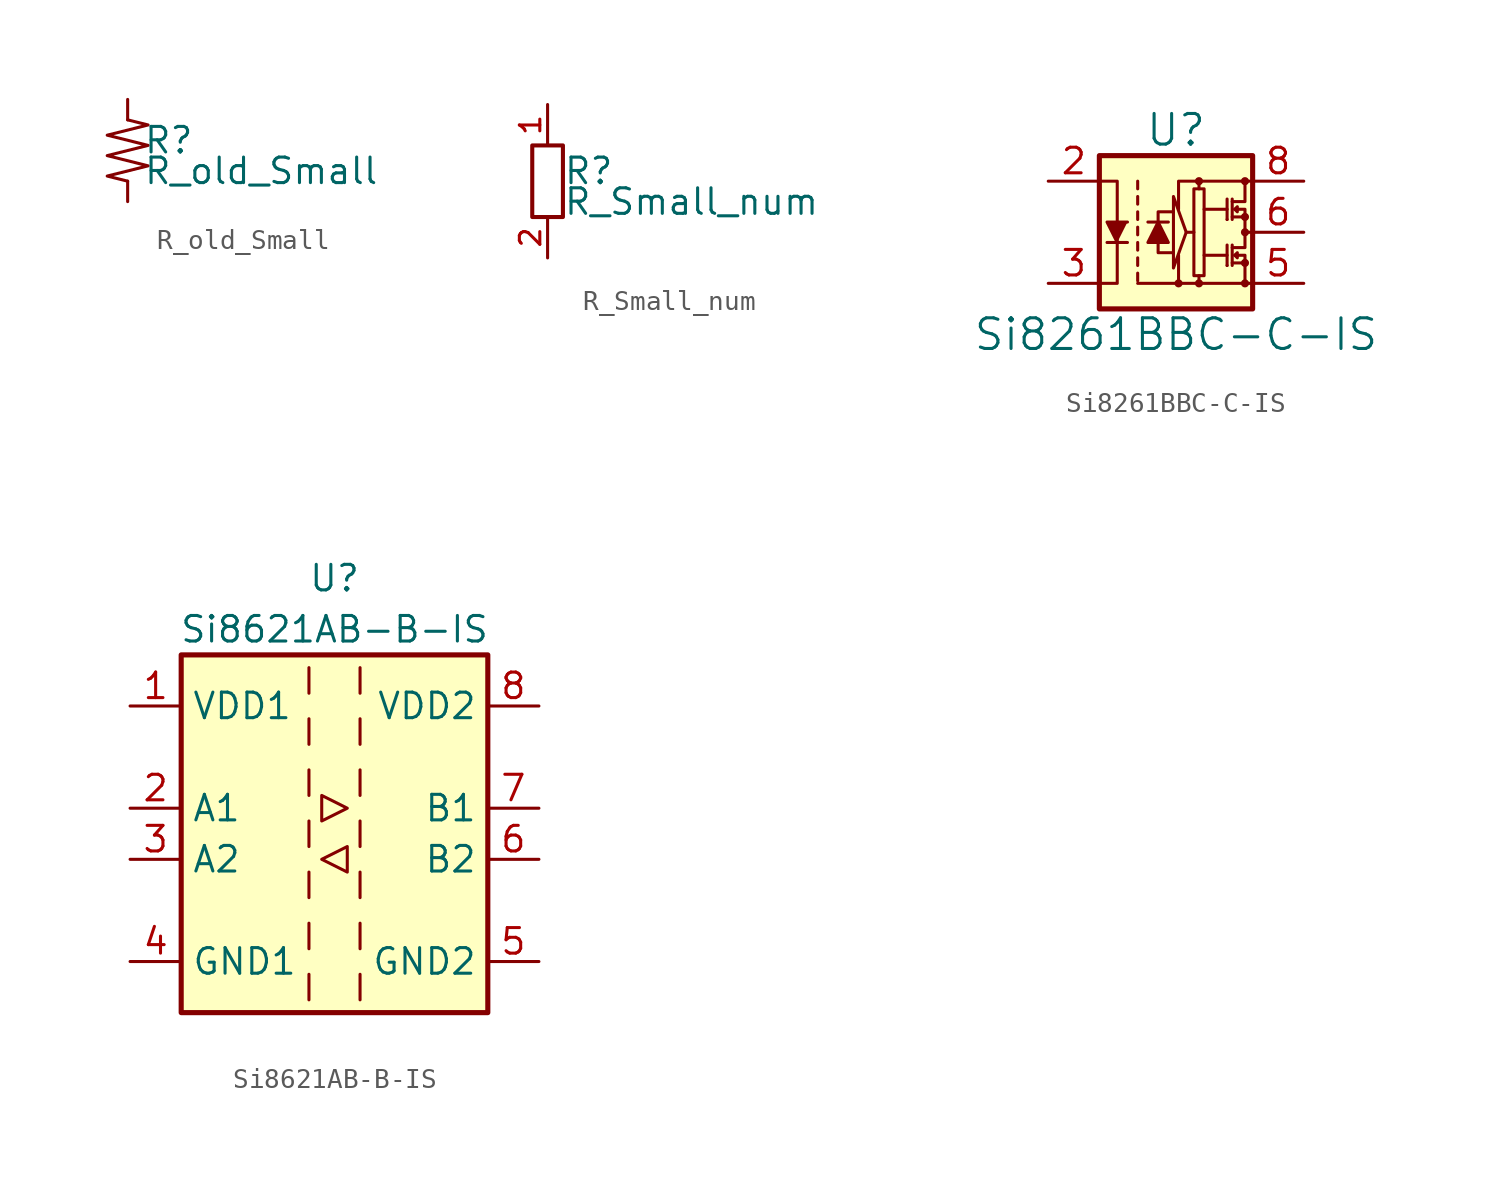
<source format=kicad_sym>
(kicad_symbol_lib
  (version 20220914)
  (generator kicad_symbol_editor)
  (symbol "R_old_Small"
    (pin_numbers hide)
    (pin_names
      (offset 0.254) hide)
    (property "Reference" "R"
      (at 0.762 0.508 0)
      (effects (font (size 1.27 1.27)) (justify left)))
    (property "Value" "R_old_Small"
      (at 0.762 -1.016 0)
      (effects (font (size 1.27 1.27)) (justify left)))
    (symbol "R_old_Small_0_1"
      (polyline (pts (xy 0 1.524) (xy 1.016 1.27) (xy -1.016 0.762) (xy 1.016 0.254) (xy -1.016 -0.254) (xy 1.016 -0.762) (xy -1.016 -1.27) (xy 0 -1.524)) (stroke (width 0) (type solid)) (fill (type none))))
    (symbol "R_old_Small_1_1"
      (pin passive line (at 0 2.54 270) (length 1.016) (name "~" (effects (font (size 1.27 1.27)))) (number "1" (effects (font (size 1.27 1.27)))))
      (pin passive line (at 0 -2.54 90) (length 1.016) (name "~" (effects (font (size 1.27 1.27)))) (number "2" (effects (font (size 1.27 1.27)))))))
  (symbol "R_Small_num"
    (pin_names
      (offset 0.254) hide)
    (property "Reference" "R"
      (at 0.762 0.508 0)
      (effects (font (size 1.27 1.27)) (justify left)))
    (property "Value" "R_Small_num"
      (at 0.762 -1.016 0)
      (effects (font (size 1.27 1.27)) (justify left)))
    (property "Footprint" ""
      (at 0 0 0)
      (effects (font (size 1.27 1.27))))
    (property "Datasheet" ""
      (at 0 0 0)
      (effects (font (size 1.27 1.27))))
    (symbol "R_Small_num_0_1"
      (rectangle (start -0.762 1.778) (end 0.762 -1.778) (stroke (width 0.203) (type solid)) (fill (type none))))
    (symbol "R_Small_num_1_1"
      (pin passive line (at 0 3.81 270) (length 2.032) (name "~" (effects (font (size 1.016 1.016)))) (number "1" (effects (font (size 1.016 1.016)))))
      (pin passive line (at 0 -3.81 90) (length 2.032) (name "~" (effects (font (size 1.016 1.016)))) (number "2" (effects (font (size 1.016 1.016)))))))
  (symbol "Si8261BBC-C-IS"
    (pin_names
      (offset 1.016))
    (property "Reference" "U"
      (at 0 5.08 0)
      (effects (font (size 1.524 1.524))))
    (property "Value" "Si8261BBC-C-IS"
      (at 0 -5.08 0)
      (effects (font (size 1.524 1.524))))
    (property "Footprint" ""
      (at 0 0 0)
      (effects (font (size 1.524 1.524))))
    (property "Datasheet" ""
      (at 0 0 0)
      (effects (font (size 1.524 1.524))))
    (symbol "Si8261BBC-C-IS_0_0"
      (polyline (pts (xy -1.397 0.508) (xy -0.381 0.508)) (stroke (width 0) (type solid)) (fill (type none)))
      (polyline (pts (xy 0.127 -1.143) (xy 0.127 -2.54)) (stroke (width 0) (type solid)) (fill (type none)))
      (polyline (pts (xy 0.508 0) (xy 0.889 0)) (stroke (width 0) (type solid)) (fill (type none)))
      (polyline (pts (xy 1.143 -2.159) (xy 1.143 -2.54)) (stroke (width 0) (type solid)) (fill (type none)))
      (polyline (pts (xy 1.143 2.159) (xy 1.143 2.54)) (stroke (width 0) (type solid)) (fill (type none)))
      (polyline (pts (xy 2.54 -1.651) (xy 2.54 -1.651)) (stroke (width 0) (type solid)) (fill (type none)))
      (polyline (pts (xy 2.54 -1.143) (xy 1.397 -1.143)) (stroke (width 0) (type solid)) (fill (type none)))
      (polyline (pts (xy 2.54 -0.635) (xy 2.54 -1.651)) (stroke (width 0) (type solid)) (fill (type none)))
      (polyline (pts (xy 2.54 0.635) (xy 2.54 0.635)) (stroke (width 0) (type solid)) (fill (type none)))
      (polyline (pts (xy 2.54 1.143) (xy 1.397 1.143)) (stroke (width 0) (type solid)) (fill (type none)))
      (polyline (pts (xy 2.54 1.651) (xy 2.54 0.635)) (stroke (width 0) (type solid)) (fill (type none)))
      (polyline (pts (xy 2.794 -1.524) (xy 3.429 -1.524)) (stroke (width 0) (type solid)) (fill (type none)))
      (polyline (pts (xy 2.794 -0.635) (xy 2.794 -1.651)) (stroke (width 0) (type solid)) (fill (type none)))
      (polyline (pts (xy 2.794 1.651) (xy 2.794 0.635)) (stroke (width 0) (type solid)) (fill (type none)))
      (polyline (pts (xy 3.81 -2.54) (xy -1.905 -2.54)) (stroke (width 0) (type solid)) (fill (type none)))
      (polyline (pts (xy 3.81 0) (xy 3.429 0)) (stroke (width 0) (type solid)) (fill (type none)))
      (polyline (pts (xy 0.127 1.143) (xy 0.127 2.54) (xy 3.81 2.54)) (stroke (width 0) (type solid)) (fill (type none)))
      (polyline (pts (xy 2.794 1.524) (xy 3.429 1.524) (xy 3.429 2.54)) (stroke (width 0) (type solid)) (fill (type none)))
      (polyline (pts (xy 2.921 -1.143) (xy 3.429 -1.143) (xy 3.429 -2.54)) (stroke (width 0) (type solid)) (fill (type none)))
      (polyline (pts (xy 2.921 1.143) (xy 3.429 1.143) (xy 3.429 0.762)) (stroke (width 0) (type solid)) (fill (type none)))
      (polyline (pts (xy -0.889 0.508) (xy -1.397 -0.508) (xy -0.381 -0.508) (xy -0.889 0.508)) (stroke (width 0) (type solid)) (fill (type outline)))
      (polyline (pts (xy -0.127 1.016) (xy -0.889 1.016) (xy -0.889 -1.016) (xy -0.127 -1.016)) (stroke (width 0) (type solid)) (fill (type none)))
      (polyline (pts (xy -0.127 1.778) (xy -0.127 -1.778) (xy 0.508 0) (xy -0.127 1.778)) (stroke (width 0) (type solid)) (fill (type none)))
      (polyline (pts (xy 2.794 0.762) (xy 3.429 0.762) (xy 3.429 -0.762) (xy 2.794 -0.762)) (stroke (width 0) (type solid)) (fill (type none)))
      (polyline (pts (xy 2.921 -1.143) (xy 3.048 -1.016) (xy 3.048 -1.27) (xy 2.921 -1.143)) (stroke (width 0) (type solid)) (fill (type none)))
      (polyline (pts (xy 3.048 1.27) (xy 2.921 1.143) (xy 3.048 1.016) (xy 3.048 1.27)) (stroke (width 0) (type solid)) (fill (type none)))
      (circle (center 0.127 -2.54) (radius 0.127) (stroke (width 0) (type solid)) (fill (type none)))
      (rectangle (start 0.889 2.159) (end 1.397 -2.159) (stroke (width 0) (type solid)) (fill (type none)))
      (circle (center 1.143 -2.54) (radius 0.127) (stroke (width 0) (type solid)) (fill (type none)))
      (circle (center 1.143 2.54) (radius 0.127) (stroke (width 0) (type solid)) (fill (type none)))
      (circle (center 3.429 -2.54) (radius 0.127) (stroke (width 0) (type solid)) (fill (type none)))
      (circle (center 3.429 -1.524) (radius 0.127) (stroke (width 0) (type solid)) (fill (type none)))
      (circle (center 3.429 0) (radius 0.127) (stroke (width 0) (type solid)) (fill (type none)))
      (circle (center 3.429 0.762) (radius 0.127) (stroke (width 0) (type solid)) (fill (type none)))
      (circle (center 3.429 2.54) (radius 0.127) (stroke (width 0) (type solid)) (fill (type none))))
    (symbol "Si8261BBC-C-IS_0_1"
      (rectangle (start -3.81 3.81) (end 3.81 -3.81) (stroke (width 0.254) (type solid)) (fill (type background)))
      (polyline (pts (xy -3.429 -0.508) (xy -2.413 -0.508)) (stroke (width 0) (type solid)) (fill (type none)))
      (polyline (pts (xy -1.905 -2.413) (xy -1.905 -2.032)) (stroke (width 0) (type solid)) (fill (type none)))
      (polyline (pts (xy -1.905 -1.651) (xy -1.905 -1.27)) (stroke (width 0) (type solid)) (fill (type none)))
      (polyline (pts (xy -1.905 -0.889) (xy -1.905 -0.508)) (stroke (width 0) (type solid)) (fill (type none)))
      (polyline (pts (xy -1.905 -0.127) (xy -1.905 0.254)) (stroke (width 0) (type solid)) (fill (type none)))
      (polyline (pts (xy -1.905 0.635) (xy -1.905 1.016)) (stroke (width 0) (type solid)) (fill (type none)))
      (polyline (pts (xy -1.905 1.397) (xy -1.905 1.778)) (stroke (width 0) (type solid)) (fill (type none)))
      (polyline (pts (xy -1.905 2.159) (xy -1.905 2.54)) (stroke (width 0) (type solid)) (fill (type none)))
      (polyline (pts (xy -2.921 -0.508) (xy -3.429 0.508) (xy -2.413 0.508)) (stroke (width 0) (type solid)) (fill (type outline)))
      (polyline (pts (xy -3.81 2.54) (xy -2.921 2.54) (xy -2.921 -2.54) (xy -3.81 -2.54)) (stroke (width 0) (type solid)) (fill (type none))))
    (symbol "Si8261BBC-C-IS_1_1"
      (pin no_connect line (at -6.35 3.81 0) (length 2.54) hide (name "NC" (effects (font (size 1.27 1.27)))) (number "1" (effects (font (size 1.27 1.27)))))
      (pin input line (at -6.35 2.54 0) (length 2.54) (name "~" (effects (font (size 1.27 1.27)))) (number "2" (effects (font (size 1.27 1.27)))))
      (pin input line (at -6.35 -2.54 0) (length 2.54) (name "~" (effects (font (size 1.27 1.27)))) (number "3" (effects (font (size 1.27 1.27)))))
      (pin no_connect line (at -6.35 -3.81 0) (length 2.54) hide (name "NC" (effects (font (size 1.27 1.27)))) (number "4" (effects (font (size 1.27 1.27)))))
      (pin power_in line (at 6.35 -2.54 180) (length 2.54) (name "~" (effects (font (size 1.27 1.27)))) (number "5" (effects (font (size 1.27 1.27)))))
      (pin output line (at 6.35 0 180) (length 2.54) (name "~" (effects (font (size 1.27 1.27)))) (number "6" (effects (font (size 1.27 1.27)))))
      (pin output line (at 6.35 0 180) (length 2.54) hide (name "~" (effects (font (size 1.27 1.27)))) (number "7" (effects (font (size 1.27 1.27)))))
      (pin power_in line (at 6.35 2.54 180) (length 2.54) (name "~" (effects (font (size 1.27 1.27)))) (number "8" (effects (font (size 1.27 1.27)))))))
  (symbol "Si8621AB-B-IS"
    (property "Reference" "U"
      (at 0 12.7 0)
      (effects (font (size 1.27 1.27))))
    (property "Value" "Si8621AB-B-IS"
      (at 0 10.16 0)
      (effects (font (size 1.27 1.27))))
    (symbol "Si8621AB-B-IS_0_1"
      (rectangle (start -7.62 8.89) (end 7.62 -8.89) (stroke (width 0.254) (type solid)) (fill (type background)))
      (polyline (pts (xy -1.27 -6.985) (xy -1.27 -8.255)) (stroke (width 0) (type solid)) (fill (type none)))
      (polyline (pts (xy -1.27 -4.445) (xy -1.27 -5.715)) (stroke (width 0) (type solid)) (fill (type none)))
      (polyline (pts (xy -1.27 -1.905) (xy -1.27 -3.175)) (stroke (width 0) (type solid)) (fill (type none)))
      (polyline (pts (xy -1.27 0.635) (xy -1.27 -0.635)) (stroke (width 0) (type solid)) (fill (type none)))
      (polyline (pts (xy -1.27 3.175) (xy -1.27 1.905)) (stroke (width 0) (type solid)) (fill (type none)))
      (polyline (pts (xy -1.27 5.715) (xy -1.27 4.445)) (stroke (width 0) (type solid)) (fill (type none)))
      (polyline (pts (xy -1.27 8.255) (xy -1.27 6.985)) (stroke (width 0) (type solid)) (fill (type none)))
      (polyline (pts (xy 1.27 -6.985) (xy 1.27 -8.255)) (stroke (width 0) (type solid)) (fill (type none)))
      (polyline (pts (xy 1.27 -4.445) (xy 1.27 -5.715)) (stroke (width 0) (type solid)) (fill (type none)))
      (polyline (pts (xy 1.27 -1.905) (xy 1.27 -3.175)) (stroke (width 0) (type solid)) (fill (type none)))
      (polyline (pts (xy 1.27 0.635) (xy 1.27 -0.635)) (stroke (width 0) (type solid)) (fill (type none)))
      (polyline (pts (xy 1.27 3.175) (xy 1.27 1.905)) (stroke (width 0) (type solid)) (fill (type none)))
      (polyline (pts (xy 1.27 5.715) (xy 1.27 4.445)) (stroke (width 0) (type solid)) (fill (type none)))
      (polyline (pts (xy 1.27 8.255) (xy 1.27 6.985)) (stroke (width 0) (type solid)) (fill (type none)))
      (polyline (pts (xy -0.635 1.905) (xy -0.635 0.635) (xy 0.635 1.27) (xy -0.635 1.905)) (stroke (width 0) (type solid)) (fill (type none)))
      (polyline (pts (xy 0.635 -0.635) (xy 0.635 -1.905) (xy -0.635 -1.27) (xy 0.635 -0.635)) (stroke (width 0) (type solid)) (fill (type none))))
    (symbol "Si8621AB-B-IS_1_1"
      (pin power_in line (at -10.16 6.35 0) (length 2.54) (name "VDD1" (effects (font (size 1.27 1.27)))) (number "1" (effects (font (size 1.27 1.27)))))
      (pin input line (at -10.16 1.27 0) (length 2.54) (name "A1" (effects (font (size 1.27 1.27)))) (number "2" (effects (font (size 1.27 1.27)))))
      (pin output line (at -10.16 -1.27 0) (length 2.54) (name "A2" (effects (font (size 1.27 1.27)))) (number "3" (effects (font (size 1.27 1.27)))))
      (pin power_in line (at -10.16 -6.35 0) (length 2.54) (name "GND1" (effects (font (size 1.27 1.27)))) (number "4" (effects (font (size 1.27 1.27)))))
      (pin power_in line (at 10.16 -6.35 180) (length 2.54) (name "GND2" (effects (font (size 1.27 1.27)))) (number "5" (effects (font (size 1.27 1.27)))))
      (pin output line (at 10.16 -1.27 180) (length 2.54) (name "B2" (effects (font (size 1.27 1.27)))) (number "6" (effects (font (size 1.27 1.27)))))
      (pin output line (at 10.16 1.27 180) (length 2.54) (name "B1" (effects (font (size 1.27 1.27)))) (number "7" (effects (font (size 1.27 1.27)))))
      (pin power_in line (at 10.16 6.35 180) (length 2.54) (name "VDD2" (effects (font (size 1.27 1.27)))) (number "8" (effects (font (size 1.27 1.27))))))))
</source>
